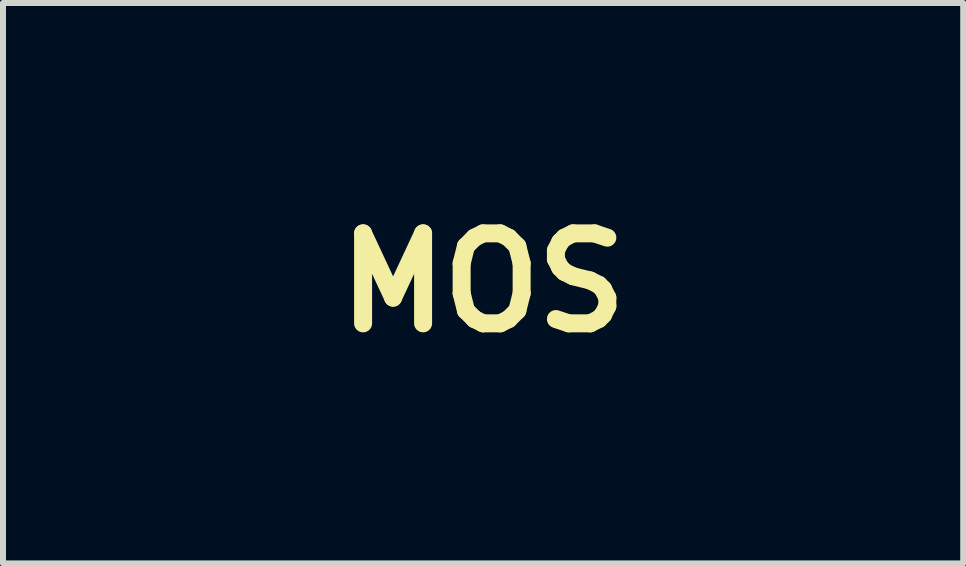
<source format=kicad_pcb>
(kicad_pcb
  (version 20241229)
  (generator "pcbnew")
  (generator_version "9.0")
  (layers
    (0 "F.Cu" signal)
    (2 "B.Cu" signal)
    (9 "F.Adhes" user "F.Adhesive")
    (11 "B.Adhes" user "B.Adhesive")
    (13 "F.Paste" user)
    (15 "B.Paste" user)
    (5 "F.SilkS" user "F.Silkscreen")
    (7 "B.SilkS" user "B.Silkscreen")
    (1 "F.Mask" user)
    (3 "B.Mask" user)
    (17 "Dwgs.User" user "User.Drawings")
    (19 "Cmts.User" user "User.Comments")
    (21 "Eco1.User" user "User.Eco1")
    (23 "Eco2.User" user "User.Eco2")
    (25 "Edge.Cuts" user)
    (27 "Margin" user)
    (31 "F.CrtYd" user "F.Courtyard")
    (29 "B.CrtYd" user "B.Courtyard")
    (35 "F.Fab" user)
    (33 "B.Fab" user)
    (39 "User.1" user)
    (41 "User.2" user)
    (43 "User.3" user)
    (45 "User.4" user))
  (footprint "MOS"
    (layer "F.Cu")
    (at 5.003 1.662)
    (property "Reference" "MOS" (at 0 0 0) (layer "F.SilkS") (effects (font (size 1.5 1.5) (thickness 0.3))))
    (attr board_only exclude_from_pos_files exclude_from_bom)
    (fp_poly (pts (xy -4.09 0.009) (xy -4.09 1.68) (xy -4.547 1.68) (xy -5.003 1.68) (xy -5.003 0.009) (xy -5.003 -1.662) (xy -4.547 -1.662) (xy -4.09 -1.662)) (stroke (width 0) (type solid)) (fill yes) (layer "F.Mask"))
    (fp_poly (pts (xy -3.567 -1.646) (xy -3.414 -1.603) (xy -3.274 -1.534) (xy -3.154 -1.443) (xy -3.059 -1.333) (xy -3.018 -1.263) (xy -2.967 -1.16) (xy -2.962 0.26) (xy -2.957 1.68) (xy -3.414 1.68) (xy -3.871 1.68) (xy -3.871 0.009) (xy -3.871 -1.662) (xy -3.728 -1.662)) (stroke (width 0) (type solid)) (fill yes) (layer "F.Mask"))
    (fp_poly (pts (xy -2.427 -1.646) (xy -2.272 -1.601) (xy -2.131 -1.53) (xy -2.011 -1.434) (xy -1.916 -1.318) (xy -1.879 -1.251) (xy -1.826 -1.141) (xy -1.826 0.269) (xy -1.826 1.68) (xy -2.283 1.68) (xy -2.739 1.68) (xy -2.739 0.009) (xy -2.739 -1.662) (xy -2.594 -1.662)) (stroke (width 0) (type solid)) (fill yes) (layer "F.Mask"))
    (fp_poly (pts (xy 5.003 0.009) (xy 5.003 0.475) (xy 3.423 0.475) (xy 3.137 0.475) (xy 2.885 0.474) (xy 2.665 0.474) (xy 2.477 0.473) (xy 2.317 0.472) (xy 2.183 0.47) (xy 2.075 0.469) (xy 1.989 0.466) (xy 1.925 0.464) (xy 1.879 0.461) (xy 1.85 0.457) (xy 1.836 0.453) (xy 1.834 0.452) (xy 1.832 0.427) (xy 1.83 0.372) (xy 1.829 0.291) (xy 1.829 0.189) (xy 1.829 0.073) (xy 1.83 -0.009) (xy 1.835 -0.447) (xy 3.419 -0.452) (xy 5.003 -0.457)) (stroke (width 0) (type solid)) (fill yes) (layer "F.Mask"))
    (fp_poly (pts (xy 5.003 -1.169) (xy 5.003 -0.676) (xy 3.415 -0.676) (xy 1.826 -0.676) (xy 1.826 -0.978) (xy 1.827 -1.093) (xy 1.828 -1.179) (xy 1.832 -1.241) (xy 1.839 -1.286) (xy 1.849 -1.32) (xy 1.861 -1.347) (xy 1.933 -1.449) (xy 2.035 -1.533) (xy 2.169 -1.6) (xy 2.263 -1.632) (xy 2.286 -1.638) (xy 2.314 -1.643) (xy 2.35 -1.647) (xy 2.398 -1.651) (xy 2.459 -1.654) (xy 2.537 -1.656) (xy 2.633 -1.658) (xy 2.751 -1.659) (xy 2.892 -1.66) (xy 3.061 -1.661) (xy 3.259 -1.661) (xy 3.489 -1.662) (xy 3.683 -1.662) (xy 5.003 -1.662)) (stroke (width 0) (type solid)) (fill yes) (layer "F.Mask"))
    (fp_poly (pts (xy 5.003 1.005) (xy 5.003 1.13) (xy 5 1.224) (xy 4.994 1.295) (xy 4.982 1.348) (xy 4.963 1.39) (xy 4.935 1.428) (xy 4.897 1.467) (xy 4.882 1.482) (xy 4.788 1.555) (xy 4.674 1.613) (xy 4.566 1.651) (xy 4.544 1.656) (xy 4.516 1.661) (xy 4.479 1.665) (xy 4.431 1.669) (xy 4.37 1.672) (xy 4.293 1.674) (xy 4.196 1.676) (xy 4.079 1.677) (xy 3.937 1.679) (xy 3.768 1.679) (xy 3.57 1.68) (xy 3.341 1.68) (xy 3.147 1.68) (xy 1.826 1.68) (xy 1.826 1.187) (xy 1.826 0.694) (xy 3.415 0.694) (xy 5.003 0.694)) (stroke (width 0) (type solid)) (fill yes) (layer "F.Mask"))
    (fp_poly (pts (xy 0.171 -1.649) (xy 0.291 -1.64) (xy 0.388 -1.626) (xy 0.42 -1.618) (xy 0.657 -1.535) (xy 0.875 -1.421) (xy 1.071 -1.28) (xy 1.244 -1.115) (xy 1.392 -0.926) (xy 1.511 -0.716) (xy 1.601 -0.489) (xy 1.629 -0.389) (xy 1.657 -0.228) (xy 1.67 -0.048) (xy 1.667 0.137) (xy 1.648 0.312) (xy 1.628 0.411) (xy 1.553 0.643) (xy 1.446 0.858) (xy 1.31 1.054) (xy 1.148 1.23) (xy 0.962 1.381) (xy 0.754 1.506) (xy 0.526 1.603) (xy 0.421 1.636) (xy 0.366 1.646) (xy 0.283 1.656) (xy 0.181 1.664) (xy 0.071 1.67) (xy -0.038 1.674) (xy -0.138 1.675) (xy -0.22 1.672) (xy -0.265 1.668) (xy -0.498 1.613) (xy -0.719 1.525) (xy -0.924 1.407) (xy -1.111 1.263) (xy -1.276 1.094) (xy -1.417 0.904) (xy -1.53 0.694) (xy -1.612 0.469) (xy -1.628 0.411) (xy -1.657 0.244) (xy -1.67 0.06) (xy -1.666 -0.129) (xy -1.646 -0.307) (xy -1.628 -0.393) (xy -1.553 -0.624) (xy -1.446 -0.84) (xy -1.31 -1.036) (xy -1.148 -1.212) (xy -0.962 -1.363) (xy -0.754 -1.489) (xy -0.526 -1.585) (xy -0.42 -1.618) (xy -0.335 -1.635) (xy -0.224 -1.646) (xy -0.096 -1.652) (xy 0.039 -1.654)) (stroke (width 0) (type solid)) (fill yes) (layer "F.Mask")))
  (gr_rect
    (start -3 -3)
    (end 13.007 6.342)
    (stroke (width 0.1) (type default))
    (fill no)
    (layer "Edge.Cuts")))
</source>
